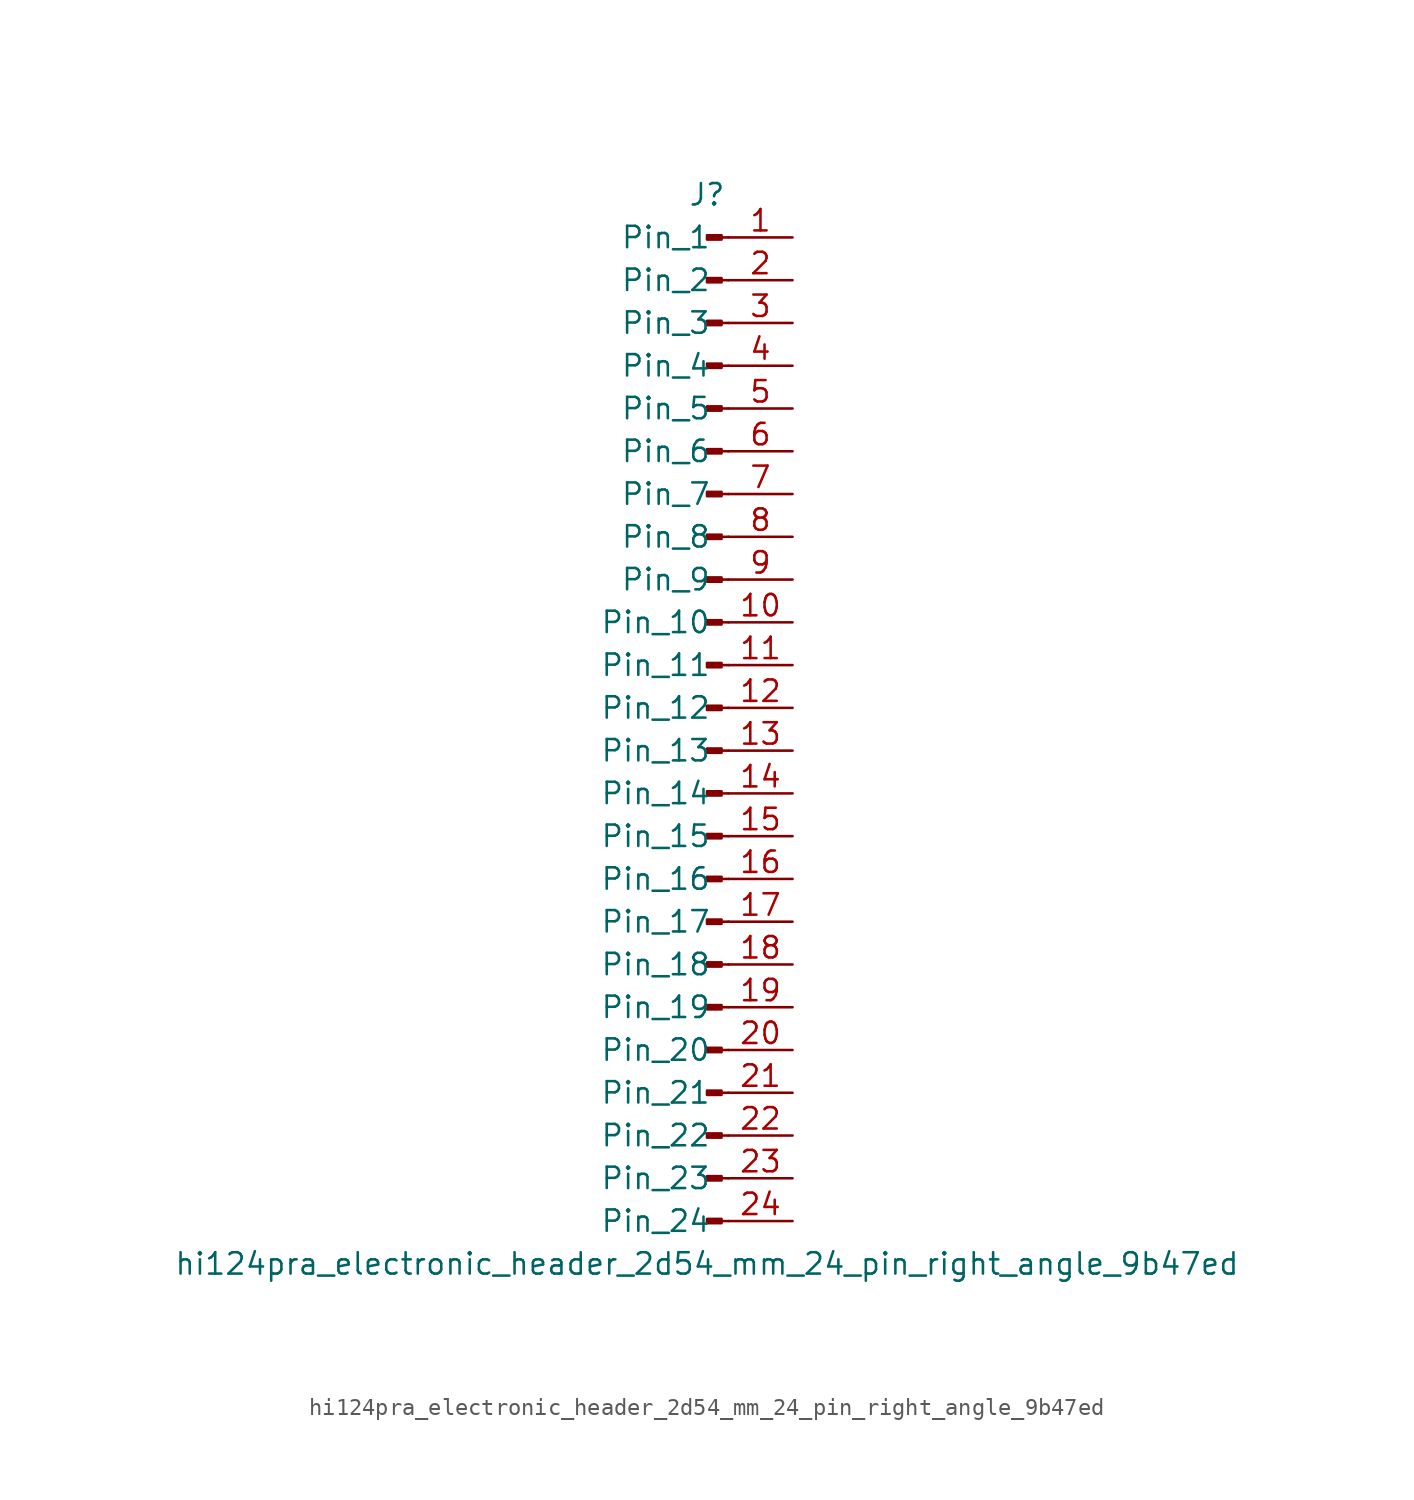
<source format=kicad_sym>
(kicad_symbol_lib
  (version 20220914)
  (generator kicad_symbol_editor)
  (symbol "hi124pra_electronic_header_2d54_mm_24_pin_right_angle_9b47ed"
    (pin_names
      (offset 1.016))
    (property "Reference" "J"
      (at 0 30.48 0)
      (effects (font (size 1.27 1.27))))
    (property "Value" "hi124pra_electronic_header_2d54_mm_24_pin_right_angle_9b47ed"
      (at 0 -33.02 0)
      (effects (font (size 1.27 1.27))))
    (property "ki_locked" ""
      (at 0 0 0)
      (effects (font (size 1.27 1.27))))
    (symbol "hi124pra_electronic_header_2d54_mm_24_pin_right_angle_9b47ed_1_1"
      (polyline (pts (xy 1.27 -30.48) (xy 0.864 -30.48)) (stroke (width 0.152) (type default)) (fill (type none)))
      (polyline (pts (xy 1.27 -27.94) (xy 0.864 -27.94)) (stroke (width 0.152) (type default)) (fill (type none)))
      (polyline (pts (xy 1.27 -25.4) (xy 0.864 -25.4)) (stroke (width 0.152) (type default)) (fill (type none)))
      (polyline (pts (xy 1.27 -22.86) (xy 0.864 -22.86)) (stroke (width 0.152) (type default)) (fill (type none)))
      (polyline (pts (xy 1.27 -20.32) (xy 0.864 -20.32)) (stroke (width 0.152) (type default)) (fill (type none)))
      (polyline (pts (xy 1.27 -17.78) (xy 0.864 -17.78)) (stroke (width 0.152) (type default)) (fill (type none)))
      (polyline (pts (xy 1.27 -15.24) (xy 0.864 -15.24)) (stroke (width 0.152) (type default)) (fill (type none)))
      (polyline (pts (xy 1.27 -12.7) (xy 0.864 -12.7)) (stroke (width 0.152) (type default)) (fill (type none)))
      (polyline (pts (xy 1.27 -10.16) (xy 0.864 -10.16)) (stroke (width 0.152) (type default)) (fill (type none)))
      (polyline (pts (xy 1.27 -7.62) (xy 0.864 -7.62)) (stroke (width 0.152) (type default)) (fill (type none)))
      (polyline (pts (xy 1.27 -5.08) (xy 0.864 -5.08)) (stroke (width 0.152) (type default)) (fill (type none)))
      (polyline (pts (xy 1.27 -2.54) (xy 0.864 -2.54)) (stroke (width 0.152) (type default)) (fill (type none)))
      (polyline (pts (xy 1.27 0) (xy 0.864 0)) (stroke (width 0.152) (type default)) (fill (type none)))
      (polyline (pts (xy 1.27 2.54) (xy 0.864 2.54)) (stroke (width 0.152) (type default)) (fill (type none)))
      (polyline (pts (xy 1.27 5.08) (xy 0.864 5.08)) (stroke (width 0.152) (type default)) (fill (type none)))
      (polyline (pts (xy 1.27 7.62) (xy 0.864 7.62)) (stroke (width 0.152) (type default)) (fill (type none)))
      (polyline (pts (xy 1.27 10.16) (xy 0.864 10.16)) (stroke (width 0.152) (type default)) (fill (type none)))
      (polyline (pts (xy 1.27 12.7) (xy 0.864 12.7)) (stroke (width 0.152) (type default)) (fill (type none)))
      (polyline (pts (xy 1.27 15.24) (xy 0.864 15.24)) (stroke (width 0.152) (type default)) (fill (type none)))
      (polyline (pts (xy 1.27 17.78) (xy 0.864 17.78)) (stroke (width 0.152) (type default)) (fill (type none)))
      (polyline (pts (xy 1.27 20.32) (xy 0.864 20.32)) (stroke (width 0.152) (type default)) (fill (type none)))
      (polyline (pts (xy 1.27 22.86) (xy 0.864 22.86)) (stroke (width 0.152) (type default)) (fill (type none)))
      (polyline (pts (xy 1.27 25.4) (xy 0.864 25.4)) (stroke (width 0.152) (type default)) (fill (type none)))
      (polyline (pts (xy 1.27 27.94) (xy 0.864 27.94)) (stroke (width 0.152) (type default)) (fill (type none)))
      (rectangle (start 0.864 -30.353) (end 0 -30.607) (stroke (width 0.152) (type default)) (fill (type outline)))
      (rectangle (start 0.864 -27.813) (end 0 -28.067) (stroke (width 0.152) (type default)) (fill (type outline)))
      (rectangle (start 0.864 -25.273) (end 0 -25.527) (stroke (width 0.152) (type default)) (fill (type outline)))
      (rectangle (start 0.864 -22.733) (end 0 -22.987) (stroke (width 0.152) (type default)) (fill (type outline)))
      (rectangle (start 0.864 -20.193) (end 0 -20.447) (stroke (width 0.152) (type default)) (fill (type outline)))
      (rectangle (start 0.864 -17.653) (end 0 -17.907) (stroke (width 0.152) (type default)) (fill (type outline)))
      (rectangle (start 0.864 -15.113) (end 0 -15.367) (stroke (width 0.152) (type default)) (fill (type outline)))
      (rectangle (start 0.864 -12.573) (end 0 -12.827) (stroke (width 0.152) (type default)) (fill (type outline)))
      (rectangle (start 0.864 -10.033) (end 0 -10.287) (stroke (width 0.152) (type default)) (fill (type outline)))
      (rectangle (start 0.864 -7.493) (end 0 -7.747) (stroke (width 0.152) (type default)) (fill (type outline)))
      (rectangle (start 0.864 -4.953) (end 0 -5.207) (stroke (width 0.152) (type default)) (fill (type outline)))
      (rectangle (start 0.864 -2.413) (end 0 -2.667) (stroke (width 0.152) (type default)) (fill (type outline)))
      (rectangle (start 0.864 0.127) (end 0 -0.127) (stroke (width 0.152) (type default)) (fill (type outline)))
      (rectangle (start 0.864 2.667) (end 0 2.413) (stroke (width 0.152) (type default)) (fill (type outline)))
      (rectangle (start 0.864 5.207) (end 0 4.953) (stroke (width 0.152) (type default)) (fill (type outline)))
      (rectangle (start 0.864 7.747) (end 0 7.493) (stroke (width 0.152) (type default)) (fill (type outline)))
      (rectangle (start 0.864 10.287) (end 0 10.033) (stroke (width 0.152) (type default)) (fill (type outline)))
      (rectangle (start 0.864 12.827) (end 0 12.573) (stroke (width 0.152) (type default)) (fill (type outline)))
      (rectangle (start 0.864 15.367) (end 0 15.113) (stroke (width 0.152) (type default)) (fill (type outline)))
      (rectangle (start 0.864 17.907) (end 0 17.653) (stroke (width 0.152) (type default)) (fill (type outline)))
      (rectangle (start 0.864 20.447) (end 0 20.193) (stroke (width 0.152) (type default)) (fill (type outline)))
      (rectangle (start 0.864 22.987) (end 0 22.733) (stroke (width 0.152) (type default)) (fill (type outline)))
      (rectangle (start 0.864 25.527) (end 0 25.273) (stroke (width 0.152) (type default)) (fill (type outline)))
      (rectangle (start 0.864 28.067) (end 0 27.813) (stroke (width 0.152) (type default)) (fill (type outline)))
      (pin passive line (at 5.08 27.94 180) (length 3.81) (name "Pin_1" (effects (font (size 1.27 1.27)))) (number "1" (effects (font (size 1.27 1.27)))))
      (pin passive line (at 5.08 5.08 180) (length 3.81) (name "Pin_10" (effects (font (size 1.27 1.27)))) (number "10" (effects (font (size 1.27 1.27)))))
      (pin passive line (at 5.08 2.54 180) (length 3.81) (name "Pin_11" (effects (font (size 1.27 1.27)))) (number "11" (effects (font (size 1.27 1.27)))))
      (pin passive line (at 5.08 0 180) (length 3.81) (name "Pin_12" (effects (font (size 1.27 1.27)))) (number "12" (effects (font (size 1.27 1.27)))))
      (pin passive line (at 5.08 -2.54 180) (length 3.81) (name "Pin_13" (effects (font (size 1.27 1.27)))) (number "13" (effects (font (size 1.27 1.27)))))
      (pin passive line (at 5.08 -5.08 180) (length 3.81) (name "Pin_14" (effects (font (size 1.27 1.27)))) (number "14" (effects (font (size 1.27 1.27)))))
      (pin passive line (at 5.08 -7.62 180) (length 3.81) (name "Pin_15" (effects (font (size 1.27 1.27)))) (number "15" (effects (font (size 1.27 1.27)))))
      (pin passive line (at 5.08 -10.16 180) (length 3.81) (name "Pin_16" (effects (font (size 1.27 1.27)))) (number "16" (effects (font (size 1.27 1.27)))))
      (pin passive line (at 5.08 -12.7 180) (length 3.81) (name "Pin_17" (effects (font (size 1.27 1.27)))) (number "17" (effects (font (size 1.27 1.27)))))
      (pin passive line (at 5.08 -15.24 180) (length 3.81) (name "Pin_18" (effects (font (size 1.27 1.27)))) (number "18" (effects (font (size 1.27 1.27)))))
      (pin passive line (at 5.08 -17.78 180) (length 3.81) (name "Pin_19" (effects (font (size 1.27 1.27)))) (number "19" (effects (font (size 1.27 1.27)))))
      (pin passive line (at 5.08 25.4 180) (length 3.81) (name "Pin_2" (effects (font (size 1.27 1.27)))) (number "2" (effects (font (size 1.27 1.27)))))
      (pin passive line (at 5.08 -20.32 180) (length 3.81) (name "Pin_20" (effects (font (size 1.27 1.27)))) (number "20" (effects (font (size 1.27 1.27)))))
      (pin passive line (at 5.08 -22.86 180) (length 3.81) (name "Pin_21" (effects (font (size 1.27 1.27)))) (number "21" (effects (font (size 1.27 1.27)))))
      (pin passive line (at 5.08 -25.4 180) (length 3.81) (name "Pin_22" (effects (font (size 1.27 1.27)))) (number "22" (effects (font (size 1.27 1.27)))))
      (pin passive line (at 5.08 -27.94 180) (length 3.81) (name "Pin_23" (effects (font (size 1.27 1.27)))) (number "23" (effects (font (size 1.27 1.27)))))
      (pin passive line (at 5.08 -30.48 180) (length 3.81) (name "Pin_24" (effects (font (size 1.27 1.27)))) (number "24" (effects (font (size 1.27 1.27)))))
      (pin passive line (at 5.08 22.86 180) (length 3.81) (name "Pin_3" (effects (font (size 1.27 1.27)))) (number "3" (effects (font (size 1.27 1.27)))))
      (pin passive line (at 5.08 20.32 180) (length 3.81) (name "Pin_4" (effects (font (size 1.27 1.27)))) (number "4" (effects (font (size 1.27 1.27)))))
      (pin passive line (at 5.08 17.78 180) (length 3.81) (name "Pin_5" (effects (font (size 1.27 1.27)))) (number "5" (effects (font (size 1.27 1.27)))))
      (pin passive line (at 5.08 15.24 180) (length 3.81) (name "Pin_6" (effects (font (size 1.27 1.27)))) (number "6" (effects (font (size 1.27 1.27)))))
      (pin passive line (at 5.08 12.7 180) (length 3.81) (name "Pin_7" (effects (font (size 1.27 1.27)))) (number "7" (effects (font (size 1.27 1.27)))))
      (pin passive line (at 5.08 10.16 180) (length 3.81) (name "Pin_8" (effects (font (size 1.27 1.27)))) (number "8" (effects (font (size 1.27 1.27)))))
      (pin passive line (at 5.08 7.62 180) (length 3.81) (name "Pin_9" (effects (font (size 1.27 1.27)))) (number "9" (effects (font (size 1.27 1.27))))))))
</source>
